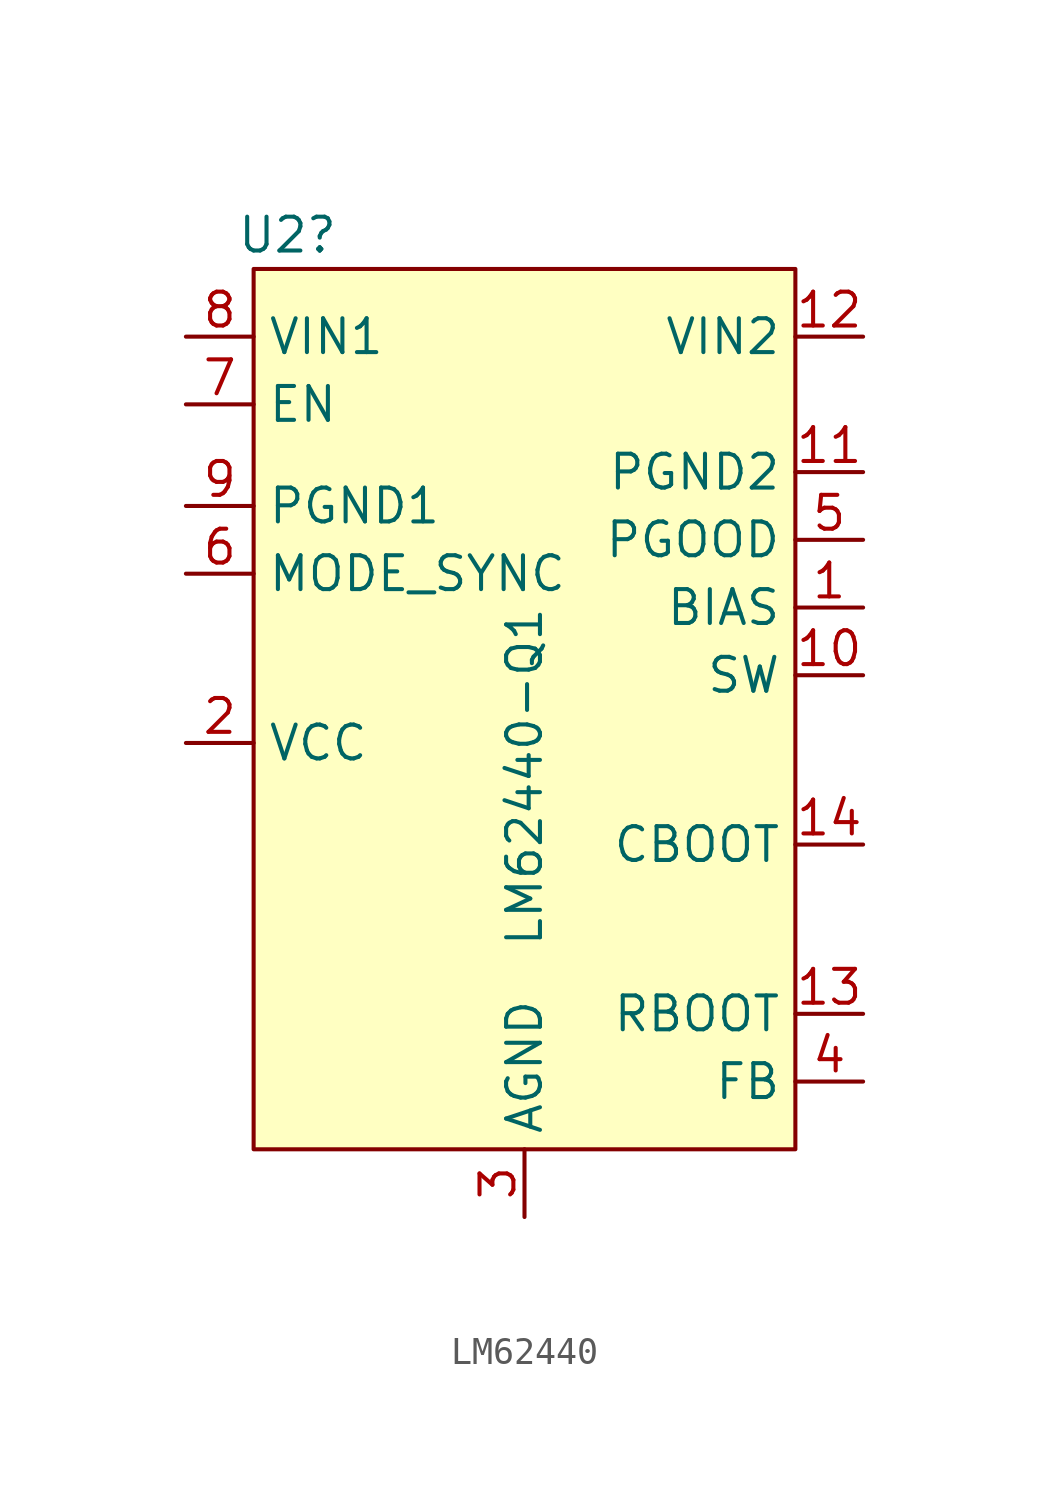
<source format=kicad_sym>
(kicad_symbol_lib
  (version 20220914)
  (generator kicad_symbol_editor)
  (symbol "LM62440"
    (property "Reference" "U2"
      (at -8.89 6.985 0)
      (effects (font (size 1.27 1.27))))
    (property "Value" "LM62440-Q1"
      (at 0 -13.335 90)
      (effects (font (size 1.27 1.27))))
    (symbol "LM62440_0_1"
      (rectangle (start -10.16 5.715) (end 10.16 -27.305) (stroke (width 0) (type default)) (fill (type background))))
    (symbol "LM62440_1_1"
      (pin input line (at 12.7 -6.985 180) (length 2.54) (name "BIAS" (effects (font (size 1.27 1.27)))) (number "1" (effects (font (size 1.27 1.27)))))
      (pin input line (at 12.7 -9.525 180) (length 2.54) (name "SW" (effects (font (size 1.27 1.27)))) (number "10" (effects (font (size 1.27 1.27)))))
      (pin input line (at 12.7 -1.905 180) (length 2.54) (name "PGND2" (effects (font (size 1.27 1.27)))) (number "11" (effects (font (size 1.27 1.27)))))
      (pin input line (at 12.7 3.175 180) (length 2.54) (name "VIN2" (effects (font (size 1.27 1.27)))) (number "12" (effects (font (size 1.27 1.27)))))
      (pin input line (at 12.7 -22.225 180) (length 2.54) (name "RBOOT" (effects (font (size 1.27 1.27)))) (number "13" (effects (font (size 1.27 1.27)))))
      (pin input line (at 12.7 -15.875 180) (length 2.54) (name "CBOOT" (effects (font (size 1.27 1.27)))) (number "14" (effects (font (size 1.27 1.27)))))
      (pin input line (at -12.7 -12.065 0) (length 2.54) (name "VCC" (effects (font (size 1.27 1.27)))) (number "2" (effects (font (size 1.27 1.27)))))
      (pin input line (at 0 -29.845 90) (length 2.54) (name "AGND" (effects (font (size 1.27 1.27)))) (number "3" (effects (font (size 1.27 1.27)))))
      (pin input line (at 12.7 -24.765 180) (length 2.54) (name "FB" (effects (font (size 1.27 1.27)))) (number "4" (effects (font (size 1.27 1.27)))))
      (pin input line (at 12.7 -4.445 180) (length 2.54) (name "PGOOD" (effects (font (size 1.27 1.27)))) (number "5" (effects (font (size 1.27 1.27)))))
      (pin input line (at -12.7 -5.715 0) (length 2.54) (name "MODE_SYNC" (effects (font (size 1.27 1.27)))) (number "6" (effects (font (size 1.27 1.27)))))
      (pin input line (at -12.7 0.635 0) (length 2.54) (name "EN" (effects (font (size 1.27 1.27)))) (number "7" (effects (font (size 1.27 1.27)))))
      (pin input line (at -12.7 3.175 0) (length 2.54) (name "VIN1" (effects (font (size 1.27 1.27)))) (number "8" (effects (font (size 1.27 1.27)))))
      (pin input line (at -12.7 -3.175 0) (length 2.54) (name "PGND1" (effects (font (size 1.27 1.27)))) (number "9" (effects (font (size 1.27 1.27))))))))
</source>
